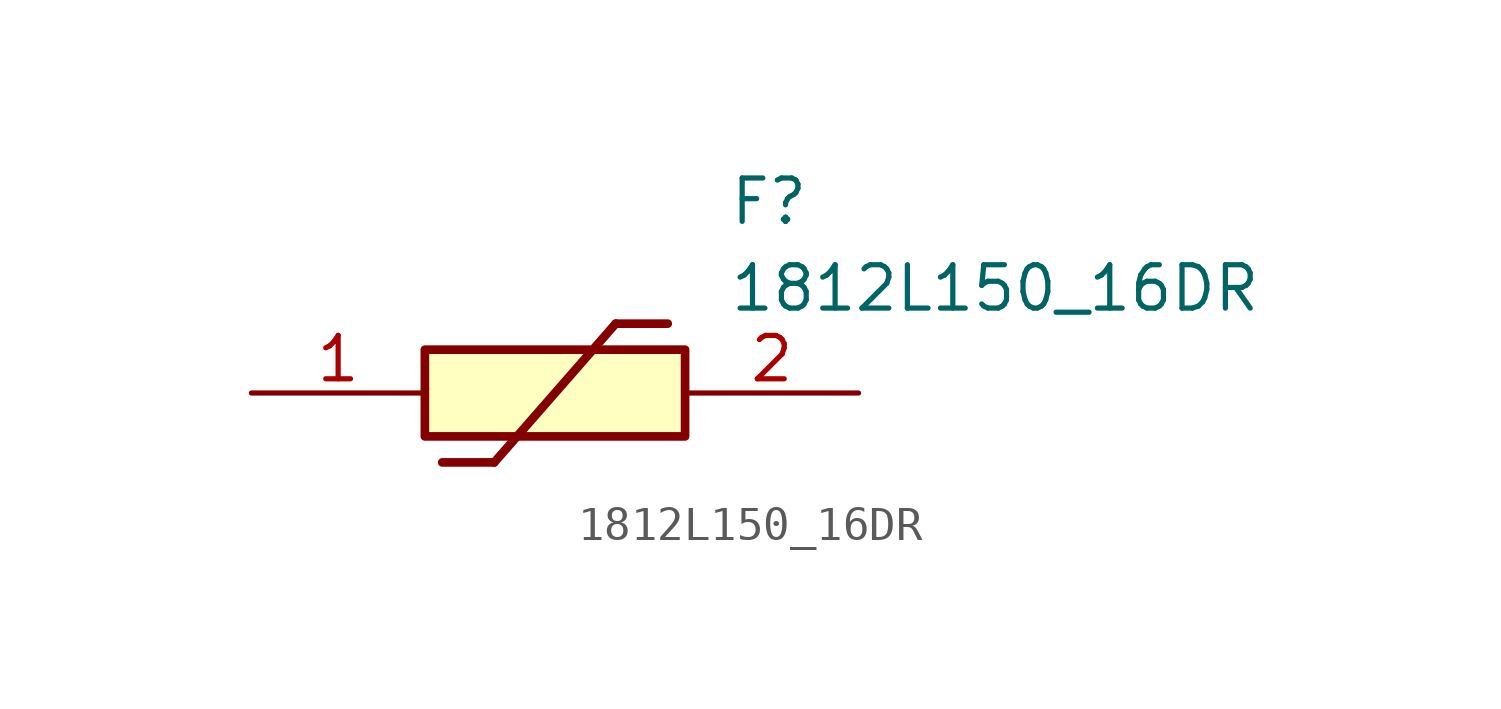
<source format=kicad_sym>
(kicad_symbol_lib
  (version 20211014)
  (generator SamacSys_ECAD_Model)
  (symbol "1812L150_16DR"
    (pin_names hide)
    (property "Reference" "F"
      (at 13.97 6.35 0)
      (effects (font (size 1.27 1.27)) (justify left top)))
    (property "Value" "1812L150_16DR"
      (at 13.97 3.81 0)
      (effects (font (size 1.27 1.27)) (justify left top)))
    (rectangle
      (start 5.08 1.27)
      (end 12.7 -1.27)
      (stroke (width 0.254) (type default))
      (fill (type background)))
    (polyline
      (pts (xy 5.588 -2.032) (xy 7.112 -2.032))
      (stroke (width 0.254) (type default))
      (fill (type none)))
    (polyline
      (pts (xy 10.668 2.032) (xy 7.112 -2.032))
      (stroke (width 0.254) (type default))
      (fill (type none)))
    (polyline
      (pts (xy 10.668 2.032) (xy 12.192 2.032))
      (stroke (width 0.254) (type default))
      (fill (type none)))
    (pin passive line
      (at 0 0 0)
      (length 5.08)
      (name "1" (effects (font (size 1.27 1.27))))
      (number "1" (effects (font (size 1.27 1.27)))))
    (pin passive line
      (at 17.78 0 180)
      (length 5.08)
      (name "2" (effects (font (size 1.27 1.27))))
      (number "2" (effects (font (size 1.27 1.27)))))))
</source>
